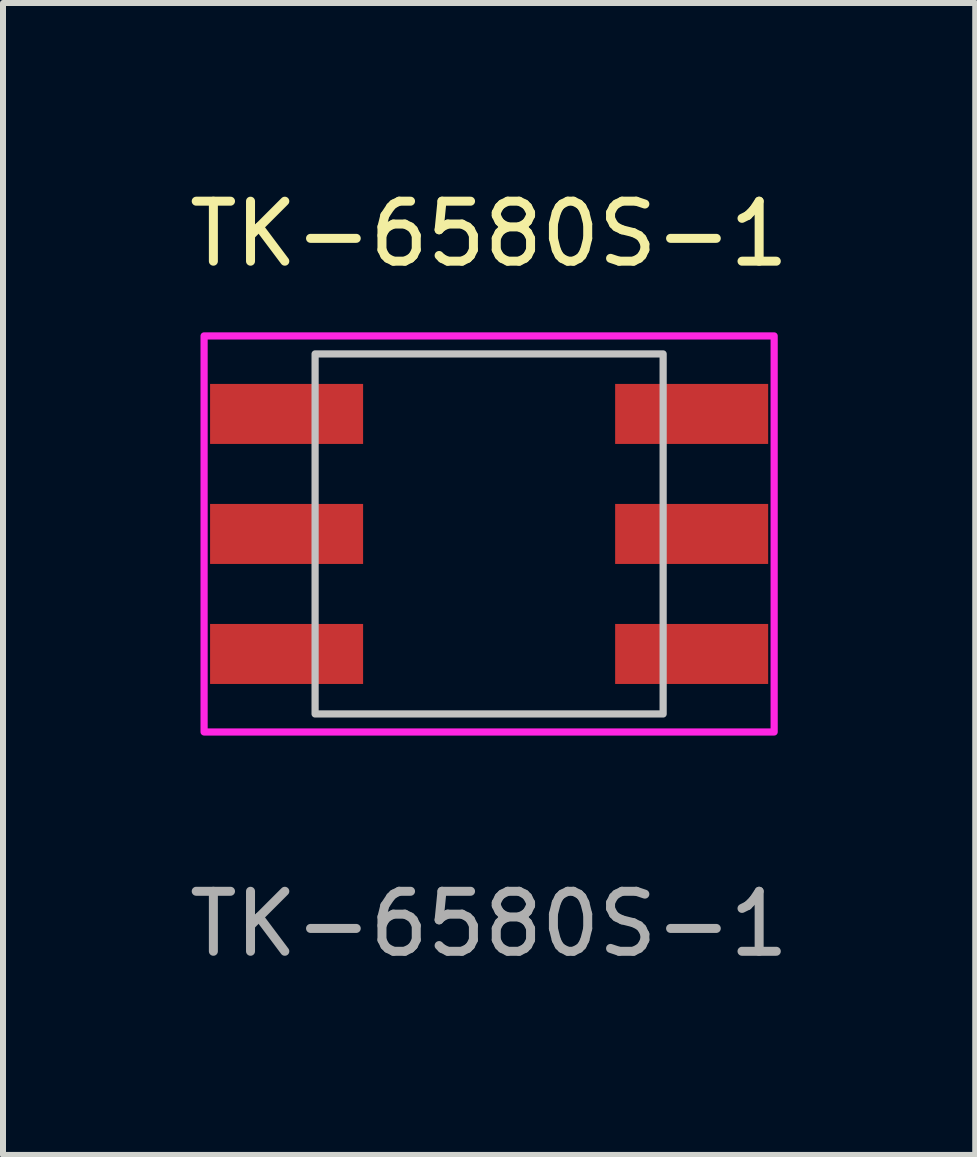
<source format=kicad_pcb>
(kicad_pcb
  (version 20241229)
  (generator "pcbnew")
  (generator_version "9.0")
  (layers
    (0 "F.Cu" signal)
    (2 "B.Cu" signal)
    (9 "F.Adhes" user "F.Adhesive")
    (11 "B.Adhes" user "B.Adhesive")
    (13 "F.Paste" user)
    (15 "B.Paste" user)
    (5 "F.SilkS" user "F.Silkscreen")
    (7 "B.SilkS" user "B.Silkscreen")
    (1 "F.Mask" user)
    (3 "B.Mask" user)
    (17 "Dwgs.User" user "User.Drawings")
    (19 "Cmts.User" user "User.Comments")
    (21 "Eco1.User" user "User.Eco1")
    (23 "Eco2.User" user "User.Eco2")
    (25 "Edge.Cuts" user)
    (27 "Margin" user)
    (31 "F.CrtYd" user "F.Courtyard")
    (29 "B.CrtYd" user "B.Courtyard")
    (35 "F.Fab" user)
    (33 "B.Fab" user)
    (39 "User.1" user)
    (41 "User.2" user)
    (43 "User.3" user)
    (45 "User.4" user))
  (footprint "TK-6580S-1"
    (layer "F.Cu")
    (at 5.101 5.848)
    (property "Reference" "TK-6580S-1" (at 0 -5 0) (unlocked yes) (layer "F.SilkS") (effects (font (size 1 1) (thickness 0.15))))
    (attr smd)
    (fp_rect (start -2.9 -3) (end 2.9 3) (stroke (width 0.12) (type solid)) (fill no) (layer "Dwgs.User"))
    (fp_rect (start -4.75 -3.3) (end 4.75 3.3) (stroke (width 0.12) (type solid)) (fill no) (layer "F.CrtYd"))
    (fp_text user "${REFERENCE}" (at 0 6.5 0) (unlocked yes) (layer "F.Fab") (effects (font (size 1 1) (thickness 0.15))))
    (pad "1" smd rect (at -3.375 2) (size 2.55 1) (layers "F.Cu" "F.Mask" "F.Paste"))
    (pad "2" smd rect (at -3.375 0) (size 2.55 1) (layers "F.Cu" "F.Mask" "F.Paste"))
    (pad "3" smd rect (at -3.375 -2) (size 2.55 1) (layers "F.Cu" "F.Mask" "F.Paste"))
    (pad "4" smd rect (at 3.375 2) (size 2.55 1) (layers "F.Cu" "F.Mask" "F.Paste"))
    (pad "5" smd rect (at 3.375 0) (size 2.55 1) (layers "F.Cu" "F.Mask" "F.Paste"))
    (pad "6" smd rect (at 3.375 -2) (size 2.55 1) (layers "F.Cu" "F.Mask" "F.Paste")))
  (gr_rect
    (start -3 -3)
    (end 13.202 16.197)
    (stroke (width 0.1) (type default))
    (fill no)
    (layer "Edge.Cuts")))
</source>
